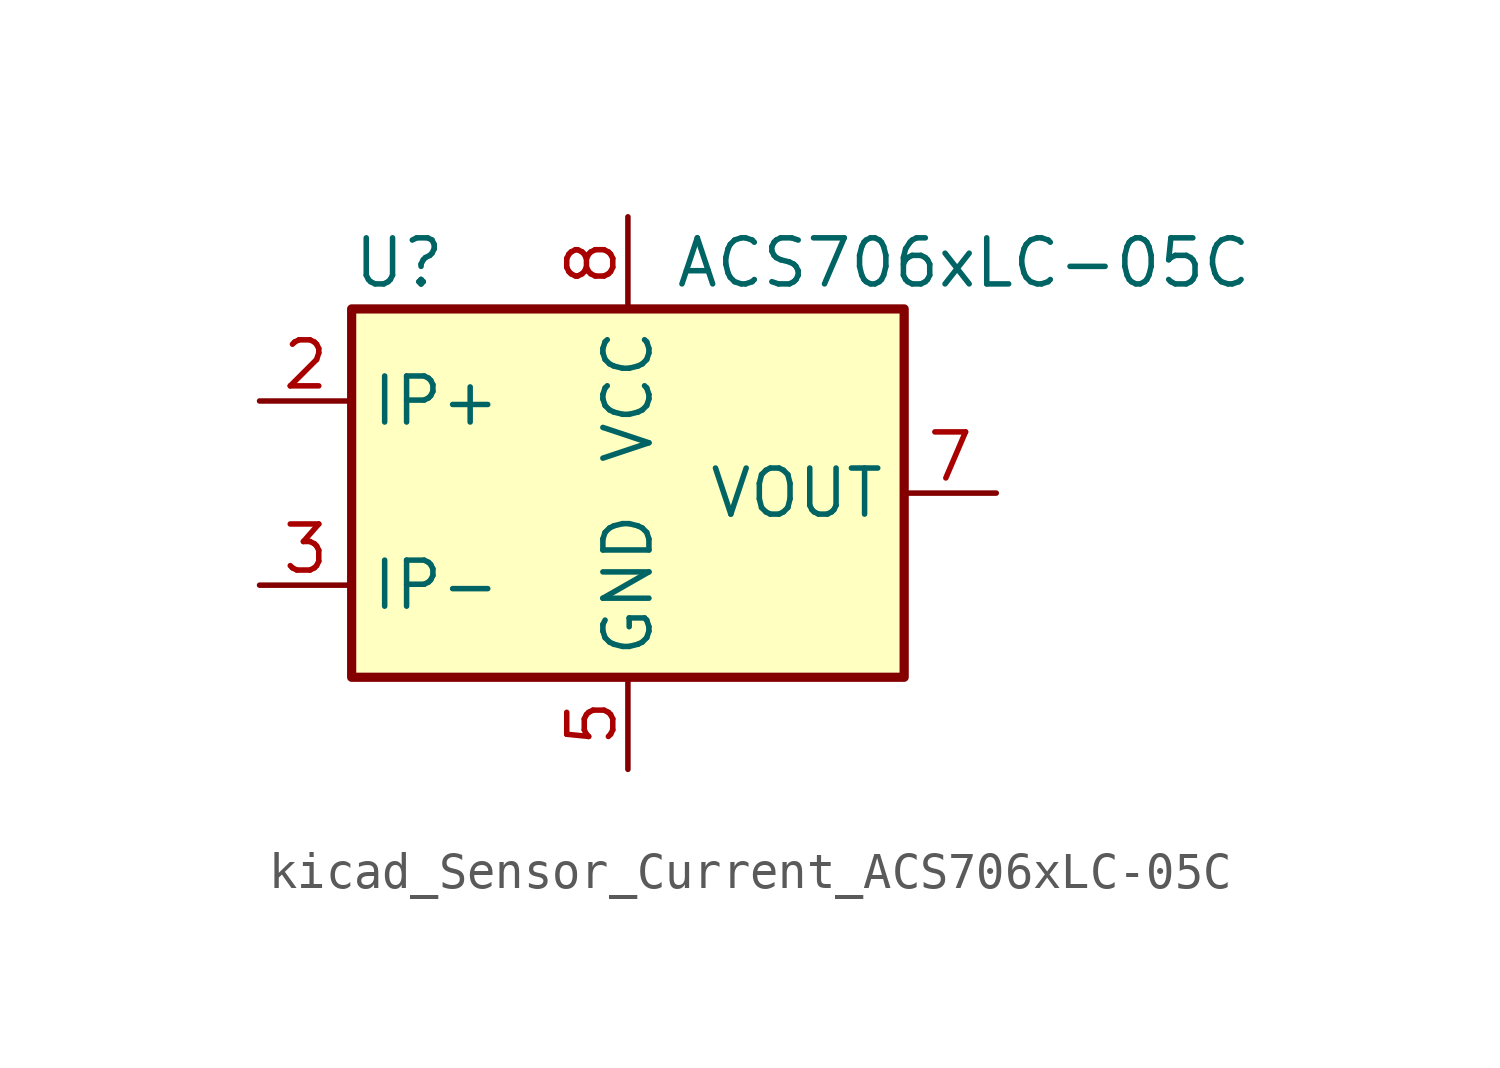
<source format=kicad_sym>
(kicad_symbol_lib
  (version 20220914)
  (generator kicad_symbol_editor)
  (symbol "kicad_Sensor_Current_ACS706xLC-05C"
    (property "Reference" "U"
      (at -7.62 6.35 0)
      (effects (font (size 1.27 1.27)) (justify left)))
    (property "Value" "ACS706xLC-05C"
      (at 1.27 6.35 0)
      (effects (font (size 1.27 1.27)) (justify left)))
    (symbol "kicad_Sensor_Current_ACS706xLC-05C_0_1"
      (rectangle (start -7.62 5.08) (end 7.62 -5.08) (stroke (width 0.254) (type default)) (fill (type background))))
    (symbol "kicad_Sensor_Current_ACS706xLC-05C_1_1"
      (pin passive line (at -10.16 2.54 0) (length 2.54) hide (name "IP+" (effects (font (size 1.27 1.27)))) (number "1" (effects (font (size 1.27 1.27)))))
      (pin passive line (at -10.16 2.54 0) (length 2.54) (name "IP+" (effects (font (size 1.27 1.27)))) (number "2" (effects (font (size 1.27 1.27)))))
      (pin passive line (at -10.16 -2.54 0) (length 2.54) (name "IP-" (effects (font (size 1.27 1.27)))) (number "3" (effects (font (size 1.27 1.27)))))
      (pin passive line (at -10.16 -2.54 0) (length 2.54) hide (name "IP-" (effects (font (size 1.27 1.27)))) (number "4" (effects (font (size 1.27 1.27)))))
      (pin power_in line (at 0 -7.62 90) (length 2.54) (name "GND" (effects (font (size 1.27 1.27)))) (number "5" (effects (font (size 1.27 1.27)))))
      (pin no_connect line (at 7.62 -2.54 180) (length 2.54) hide (name "NC" (effects (font (size 1.27 1.27)))) (number "6" (effects (font (size 1.27 1.27)))))
      (pin output line (at 10.16 0 180) (length 2.54) (name "VOUT" (effects (font (size 1.27 1.27)))) (number "7" (effects (font (size 1.27 1.27)))))
      (pin power_in line (at 0 7.62 270) (length 2.54) (name "VCC" (effects (font (size 1.27 1.27)))) (number "8" (effects (font (size 1.27 1.27))))))))
</source>
